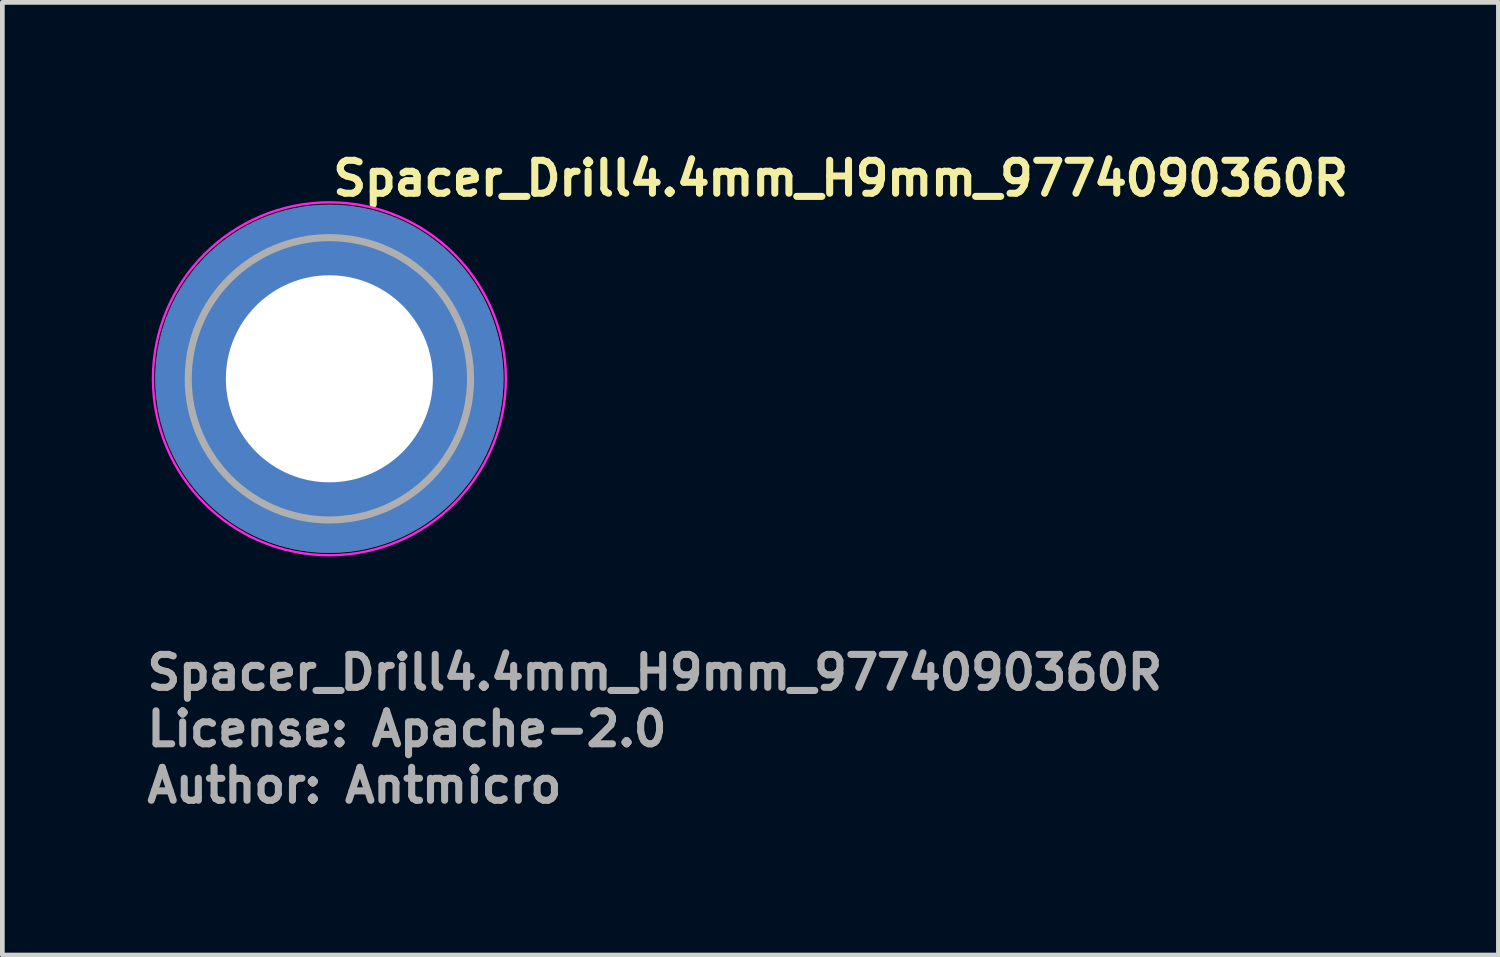
<source format=kicad_pcb>
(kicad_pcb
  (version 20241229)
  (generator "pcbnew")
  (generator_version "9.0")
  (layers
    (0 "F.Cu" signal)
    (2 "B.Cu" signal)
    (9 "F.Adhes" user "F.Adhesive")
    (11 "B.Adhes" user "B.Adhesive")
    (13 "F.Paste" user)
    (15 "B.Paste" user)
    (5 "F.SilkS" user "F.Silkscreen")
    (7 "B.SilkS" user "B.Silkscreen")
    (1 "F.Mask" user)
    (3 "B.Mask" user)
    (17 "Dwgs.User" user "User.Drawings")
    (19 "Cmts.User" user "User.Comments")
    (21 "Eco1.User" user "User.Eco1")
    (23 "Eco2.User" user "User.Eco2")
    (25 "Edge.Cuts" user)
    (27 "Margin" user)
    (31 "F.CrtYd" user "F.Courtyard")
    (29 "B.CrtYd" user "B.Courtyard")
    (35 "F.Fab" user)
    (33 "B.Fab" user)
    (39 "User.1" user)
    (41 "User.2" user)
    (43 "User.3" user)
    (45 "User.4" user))
  (footprint "Spacer_Drill4.4mm_H9mm_9774090360R"
    (layer "F.Cu")
    (at 3.95 5)
    (property "Reference" "Spacer_Drill4.4mm_H9mm_9774090360R" (at 0 -3.85 0) (layer "F.SilkS") (effects (font (size 0.7 0.7) (thickness 0.15)) (justify left bottom)))
    (attr smd)
    (fp_circle (center 0 0) (end 3.75 0) (stroke (width 0.05) (type solid)) (fill no) (layer "F.CrtYd"))
    (fp_circle (center 0 0) (end 3 0) (stroke (width 0.15) (type solid)) (fill no) (layer "F.Fab"))
    (fp_circle (center 0 0) (end 1.2 0) (stroke (width 0.02) (type default)) (fill no) (layer "User.9"))
    (fp_circle (center 0 0) (end 3 0) (stroke (width 0.02) (type default)) (fill no) (layer "User.9"))
    (fp_text user "Author: Antmicro" (at -3.95 9.05 0) (layer "F.Fab") (effects (font (size 0.7 0.7) (thickness 0.15)) (justify left bottom)))
    (fp_text user "${REFERENCE}" (at -3.95 6.65 0) (layer "F.Fab") (effects (font (size 0.7 0.7) (thickness 0.15)) (justify left bottom)))
    (fp_text user "License: Apache-2.0" (at -3.95 7.85 0) (layer "F.Fab") (effects (font (size 0.7 0.7) (thickness 0.15)) (justify left bottom)))
    (pad "" smd custom (at -2.1 -2.1) (size 0.7 0.7) (layers "F.Paste") (options (anchor circle)) (primitives (gr_arc (start -0.377294 1.707681) (mid 0.317578 0.318818) (end 1.705945 -0.377044) (width 0.2)) (gr_arc (start -0.478281 1.707681) (mid 0.244583 0.250396) (end 1.699539 -0.477144) (width 0.2)) (gr_arc (start -0.579192 1.707681) (mid 0.173852 0.179706) (end 1.699475 -0.57809) (width 0.2)) (gr_arc (start -0.680037 1.707681) (mid 0.102165 0.109975) (end 1.696729 -0.678615) (width 0.2)) (gr_arc (start -0.780822 1.707681) (mid 0.031098 0.039621) (end 1.695722 -0.779322) (width 0.2)) (gr_arc (start -0.881554 1.707681) (mid -0.041167 -0.029528) (end 1.691343 -0.879562) (width 0.2)) (gr_arc (start -0.982237 1.707681) (mid -0.109168 -0.10296) (end 1.69896 -0.98122) (width 0.2)) (gr_arc (start -1.082877 1.707681) (mid -0.184209 -0.16932) (end 1.686763 -1.080475) (width 0.2)) (gr_arc (start -1.183476 1.707681) (mid -0.252982 -0.241979) (end 1.692214 -1.181768) (width 0.2)) (gr_arc (start -1.28404 1.707681) (mid -0.319065 -0.317332) (end 1.705244 -1.283783) (width 0.2)) (gr_line (start 1.708 -0.377) (end 1.708 -1.284) (width 0.2)) (gr_line (start -0.377 1.708) (end -1.284 1.708) (width 0.2))))
    (pad "" smd custom (at -2.1 2.1) (size 0.7 0.7) (layers "F.Paste") (options (anchor circle)) (primitives (gr_arc (start 1.707681 0.377294) (mid 0.318818 -0.317578) (end -0.377044 -1.705945) (width 0.2)) (gr_arc (start 1.707681 0.478281) (mid 0.250396 -0.244583) (end -0.477144 -1.699539) (width 0.2)) (gr_arc (start 1.707681 0.579192) (mid 0.179706 -0.173852) (end -0.57809 -1.699475) (width 0.2)) (gr_arc (start 1.707681 0.680037) (mid 0.109975 -0.102165) (end -0.678615 -1.696729) (width 0.2)) (gr_arc (start 1.707681 0.780822) (mid 0.039621 -0.031098) (end -0.779322 -1.695722) (width 0.2)) (gr_arc (start 1.707681 0.881554) (mid -0.029528 0.041167) (end -0.879562 -1.691343) (width 0.2)) (gr_arc (start 1.707681 0.982237) (mid -0.10485 0.107282) (end -0.981842 -1.704264) (width 0.2)) (gr_arc (start 1.707681 1.082877) (mid -0.169319 0.18421) (end -1.080475 -1.686759) (width 0.2)) (gr_arc (start 1.707681 1.183476) (mid -0.241979 0.252982) (end -1.181768 -1.692214) (width 0.2)) (gr_arc (start 1.707681 1.28404) (mid -0.315258 0.321134) (end -1.283164 -1.699417) (width 0.2)) (gr_line (start -0.377 -1.708) (end -1.284 -1.708) (width 0.2)) (gr_line (start 1.708 0.377) (end 1.708 1.284) (width 0.2))))
    (pad "" smd custom (at 2.1 -2.1) (size 0.7 0.7) (layers "F.Paste") (options (anchor circle)) (primitives (gr_arc (start -1.707681 -0.377294) (mid -0.318817 0.317579) (end 0.377044 1.705947) (width 0.2)) (gr_arc (start -1.707681 -0.478281) (mid -0.248815 0.24616) (end 0.477764 1.703961) (width 0.2)) (gr_arc (start -1.707681 -0.579192) (mid -0.182997 0.170578) (end 0.576824 1.690278) (width 0.2)) (gr_arc (start -1.707681 -0.680037) (mid -0.113388 0.098771) (end 0.67734 1.687185) (width 0.2)) (gr_arc (start -1.707681 -0.780822) (mid -0.039621 0.031098) (end 0.779322 1.695722) (width 0.2)) (gr_arc (start -1.707681 -0.881554) (mid 0.031359 -0.039345) (end 0.880198 1.696469) (width 0.2)) (gr_arc (start -1.707681 -0.982237) (mid 0.101068 -0.111053) (end 0.98059 1.693657) (width 0.2)) (gr_arc (start -1.707681 -1.082877) (mid 0.16932 -0.184209) (end 1.080475 1.686763) (width 0.2)) (gr_arc (start -1.707681 -1.183476) (mid 0.243995 -0.250974) (end 1.182402 1.69787) (width 0.2)) (gr_arc (start -1.707681 -1.28404) (mid 0.315257 -0.321134) (end 1.283162 1.699417) (width 0.2)) (gr_line (start 0.377 1.708) (end 1.284 1.708) (width 0.2)) (gr_line (start -1.708 -0.377) (end -1.708 -1.284) (width 0.2))))
    (pad "" smd custom (at 2.1 2.1) (size 0.7 0.7) (layers "F.Paste") (options (anchor circle)) (primitives (gr_arc (start 0.377294 -1.707681) (mid -0.317579 -0.318817) (end -1.705947 0.377044) (width 0.2)) (gr_arc (start 0.478281 -1.707681) (mid -0.24616 -0.248815) (end -1.703961 0.477764) (width 0.2)) (gr_arc (start 0.579192 -1.707681) (mid -0.170578 -0.182997) (end -1.690278 0.576824) (width 0.2)) (gr_arc (start 0.680037 -1.707681) (mid -0.098771 -0.113388) (end -1.687185 0.67734) (width 0.2)) (gr_arc (start 0.780822 -1.707681) (mid -0.031098 -0.039621) (end -1.695722 0.779322) (width 0.2)) (gr_arc (start 0.881554 -1.707681) (mid 0.039345 0.031359) (end -1.696469 0.880198) (width 0.2)) (gr_arc (start 0.982237 -1.707681) (mid 0.111053 0.101068) (end -1.693657 0.98059) (width 0.2)) (gr_arc (start 1.082877 -1.707681) (mid 0.184209 0.16932) (end -1.686763 1.080475) (width 0.2)) (gr_arc (start 1.183476 -1.707681) (mid 0.250974 0.243995) (end -1.69787 1.182402) (width 0.2)) (gr_arc (start 1.28404 -1.707681) (mid 0.321134 0.315257) (end -1.699417 1.283162) (width 0.2)) (gr_line (start -1.708 0.377) (end -1.708 1.284) (width 0.2)) (gr_line (start 0.377 -1.708) (end 1.284 -1.708) (width 0.2))))
    (pad "1" thru_hole circle (at 0 0) (size 7.4 7.4) (drill 4.4) (layers "*.Cu" "*.Mask")))
  (gr_rect
    (start -3 -3)
    (end 28.793 17.245)
    (stroke (width 0.1) (type default))
    (fill no)
    (layer "Edge.Cuts")))
</source>
